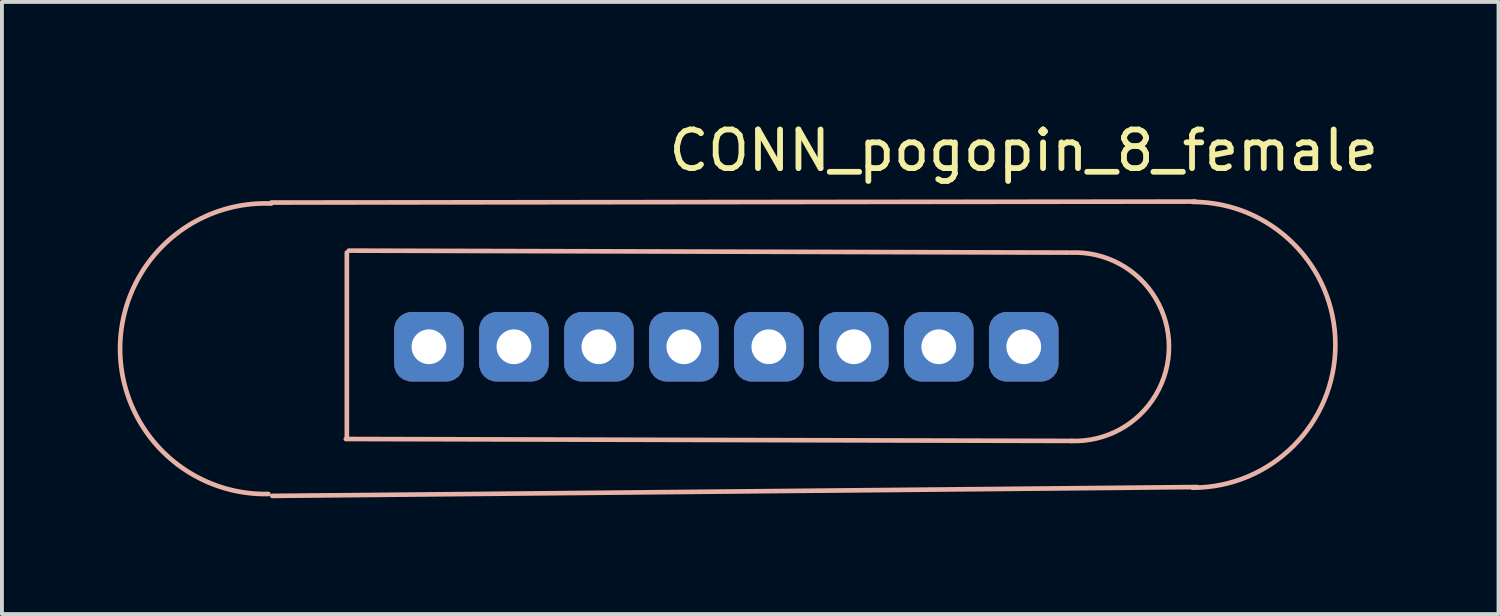
<source format=kicad_pcb>
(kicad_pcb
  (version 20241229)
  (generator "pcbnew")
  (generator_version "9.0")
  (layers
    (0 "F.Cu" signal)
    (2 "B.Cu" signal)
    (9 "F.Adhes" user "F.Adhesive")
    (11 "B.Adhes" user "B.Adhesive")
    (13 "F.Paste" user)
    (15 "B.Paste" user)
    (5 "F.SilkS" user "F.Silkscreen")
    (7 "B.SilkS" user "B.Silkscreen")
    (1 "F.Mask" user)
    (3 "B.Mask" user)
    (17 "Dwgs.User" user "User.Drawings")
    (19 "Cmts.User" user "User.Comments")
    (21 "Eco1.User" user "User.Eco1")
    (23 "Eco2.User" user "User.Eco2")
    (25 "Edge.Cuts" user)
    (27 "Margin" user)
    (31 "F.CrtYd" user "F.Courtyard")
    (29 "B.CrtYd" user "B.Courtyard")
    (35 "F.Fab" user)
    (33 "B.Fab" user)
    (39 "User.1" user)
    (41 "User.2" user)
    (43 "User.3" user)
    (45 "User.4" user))
  (footprint "CONN_pogopin_8_female"
    (layer "F.Cu")
    (at 23.456 5.928)
    (property "Reference" "CONN_pogopin_8_female" (at 0 -5.08 0) (layer "F.SilkS") (effects (font (size 1 1) (thickness 0.15))))
    (attr through_hole)
    (fp_line (start -19.482 -3.734) (end 4.445 -3.759) (stroke (width 0.12) (type solid)) (layer "B.SilkS"))
    (fp_line (start -19.456 3.861) (end 4.496 3.632) (stroke (width 0.12) (type solid)) (layer "B.SilkS"))
    (fp_line (start -17.551 2.388) (end 1.245 2.438) (stroke (width 0.12) (type solid)) (layer "B.SilkS"))
    (fp_line (start -17.526 -2.438) (end -17.526 2.362) (stroke (width 0.12) (type solid)) (layer "B.SilkS"))
    (fp_line (start -17.475 -2.489) (end 1.168 -2.438) (stroke (width 0.12) (type solid)) (layer "B.SilkS"))
    (fp_arc (start -19.557366 3.812303) (mid -23.396298 0.012999) (end -19.4818 -3.7084) (stroke (width 0.12) (type solid)) (layer "B.SilkS"))
    (fp_arc (start 1.22672 -2.437776) (mid 3.760374 -0.008945) (end 1.2446 2.4384) (stroke (width 0.12) (type solid)) (layer "B.SilkS"))
    (fp_arc (start 4.3688 -3.7508) (mid 8.0688 -0.0508) (end 4.3688 3.6492) (stroke (width 0.12) (type solid)) (layer "B.SilkS"))
    (pad "1" thru_hole roundrect (at 0 0) (size 1.8 1.8) (drill 0.9) (layers "*.Cu" "*.Mask") (roundrect_rratio 0.25))
    (pad "2" thru_hole roundrect (at -2.2 0) (size 1.8 1.8) (drill 0.9) (layers "*.Cu" "*.Mask") (roundrect_rratio 0.25))
    (pad "3" thru_hole roundrect (at -4.4 0) (size 1.8 1.8) (drill 0.9) (layers "*.Cu" "*.Mask") (roundrect_rratio 0.25))
    (pad "4" thru_hole roundrect (at -6.6 0 270) (size 1.8 1.8) (drill 0.9) (layers "*.Cu" "*.Mask") (roundrect_rratio 0.25))
    (pad "5" thru_hole roundrect (at -8.8 0) (size 1.8 1.8) (drill 0.9) (layers "*.Cu" "*.Mask") (roundrect_rratio 0.25))
    (pad "6" thru_hole roundrect (at -11 0) (size 1.8 1.8) (drill 0.9) (layers "*.Cu" "*.Mask") (roundrect_rratio 0.25))
    (pad "7" thru_hole roundrect (at -13.2 0) (size 1.8 1.8) (drill 0.9) (layers "*.Cu" "*.Mask") (roundrect_rratio 0.25))
    (pad "8" thru_hole roundrect (at -15.4 0) (size 1.8 1.8) (drill 0.9) (layers "*.Cu" "*.Mask") (roundrect_rratio 0.25)))
  (gr_rect
    (start -3 -3)
    (end 35.748 12.849)
    (stroke (width 0.1) (type default))
    (fill no)
    (layer "Edge.Cuts")))
</source>
